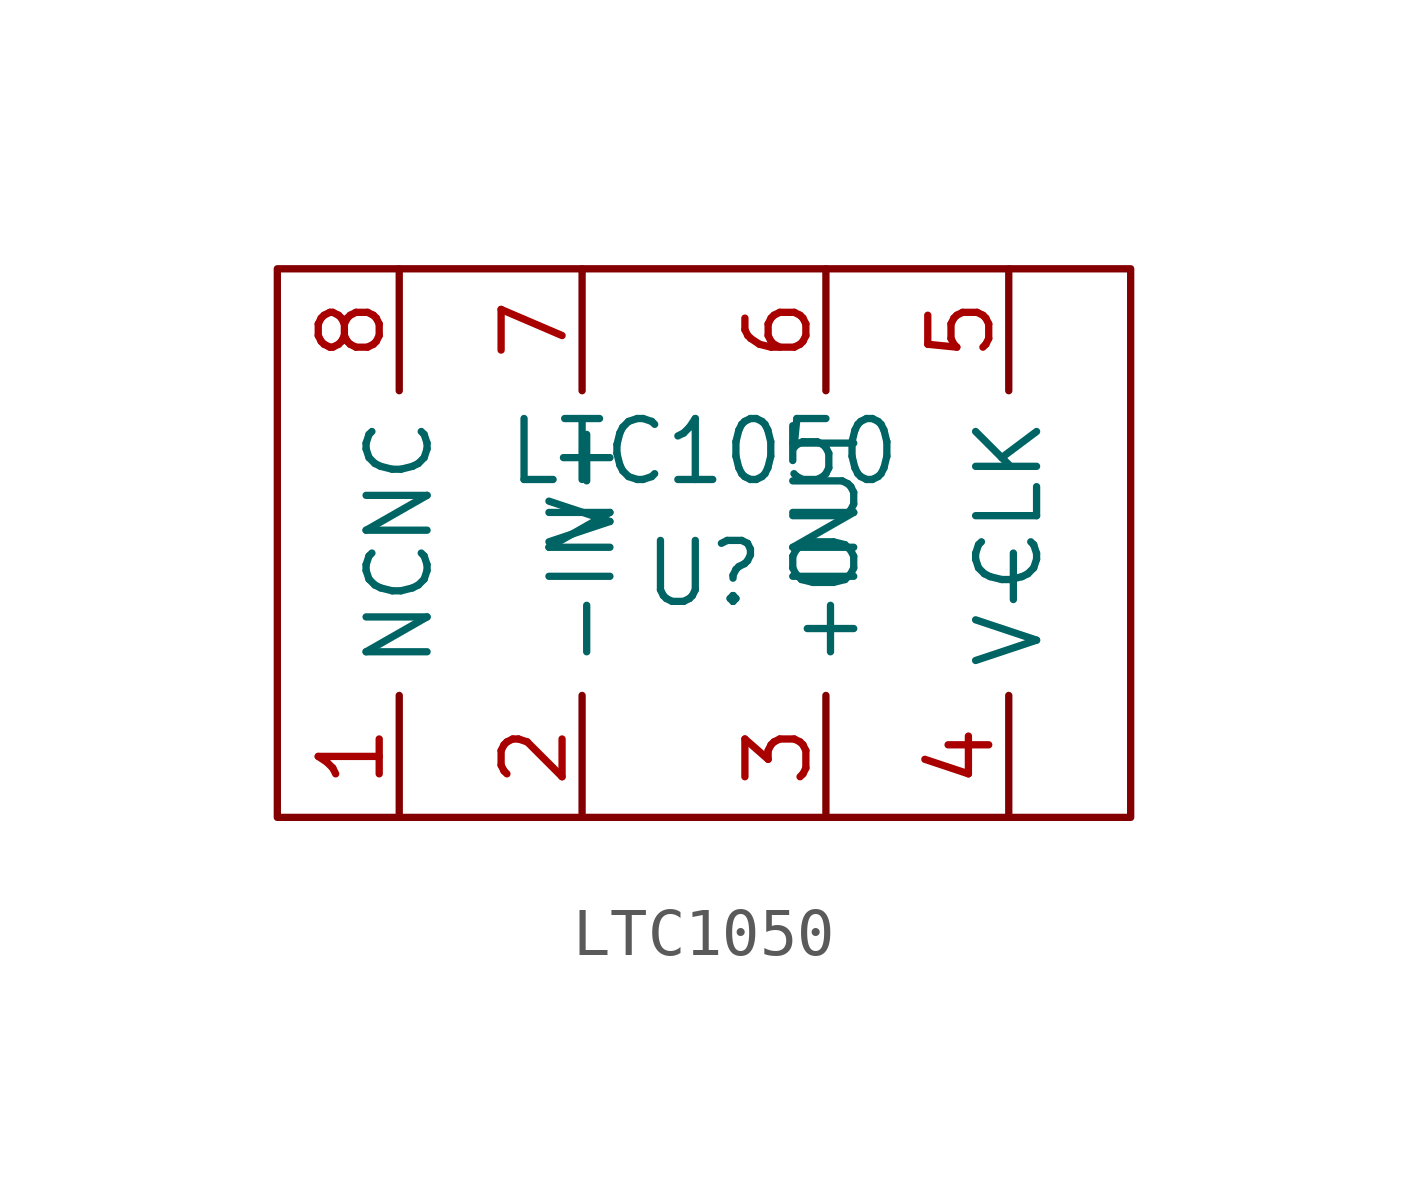
<source format=kicad_sym>
(kicad_symbol_lib
  (version 20211014)
  (generator kicad_symbol_editor)
  (symbol "LTC1050"
    (property "Reference" "U"
      (at 0 0 0)
      (effects (font (size 1.27 1.27))))
    (property "Value" "LTC1050"
      (at 0 2.54 0)
      (effects (font (size 1.27 1.27))))
    (symbol "LTC1050_0_1"
      (rectangle (start -8.89 6.35) (end 8.89 -5.08) (stroke (width 0) (type default) (color 0 0 0 0)) (fill (type none))))
    (symbol "LTC1050_1_1"
      (pin bidirectional line (at -6.35 -5.08 90) (length 2.54) (name "NC" (effects (font (size 1.27 1.27)))) (number "1" (effects (font (size 1.27 1.27)))))
      (pin bidirectional line (at -2.54 -5.08 90) (length 2.54) (name "-IN" (effects (font (size 1.27 1.27)))) (number "2" (effects (font (size 1.27 1.27)))))
      (pin bidirectional line (at 2.54 -5.08 90) (length 2.54) (name "+IN" (effects (font (size 1.27 1.27)))) (number "3" (effects (font (size 1.27 1.27)))))
      (pin bidirectional line (at 6.35 -5.08 90) (length 2.54) (name "V-" (effects (font (size 1.27 1.27)))) (number "4" (effects (font (size 1.27 1.27)))))
      (pin bidirectional line (at 6.35 6.35 270) (length 2.54) (name "CLK" (effects (font (size 1.27 1.27)))) (number "5" (effects (font (size 1.27 1.27)))))
      (pin bidirectional line (at 2.54 6.35 270) (length 2.54) (name "OUT" (effects (font (size 1.27 1.27)))) (number "6" (effects (font (size 1.27 1.27)))))
      (pin bidirectional line (at -2.54 6.35 270) (length 2.54) (name "V+" (effects (font (size 1.27 1.27)))) (number "7" (effects (font (size 1.27 1.27)))))
      (pin bidirectional line (at -6.35 6.35 270) (length 2.54) (name "NC" (effects (font (size 1.27 1.27)))) (number "8" (effects (font (size 1.27 1.27))))))))
</source>
